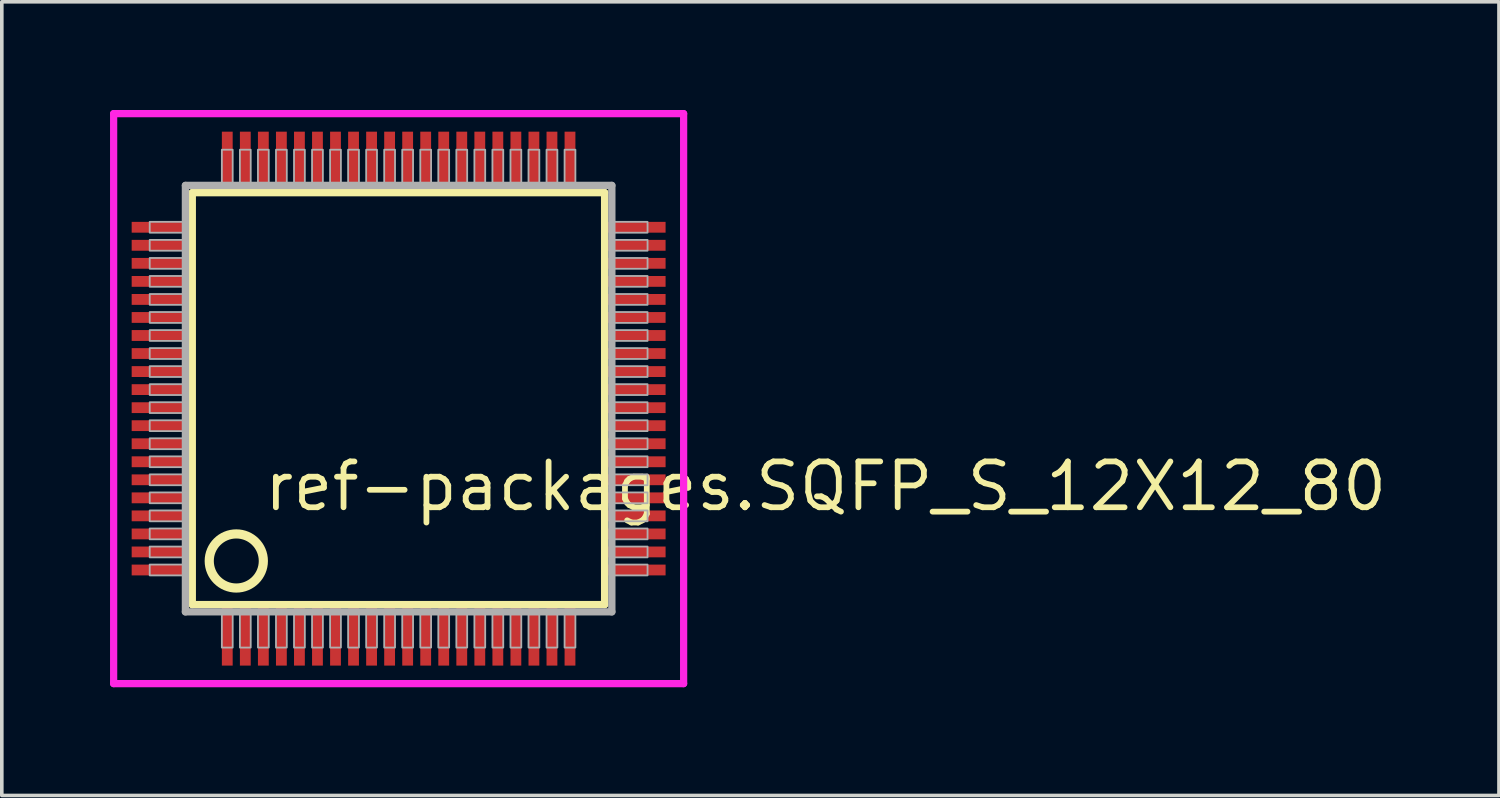
<source format=kicad_pcb>
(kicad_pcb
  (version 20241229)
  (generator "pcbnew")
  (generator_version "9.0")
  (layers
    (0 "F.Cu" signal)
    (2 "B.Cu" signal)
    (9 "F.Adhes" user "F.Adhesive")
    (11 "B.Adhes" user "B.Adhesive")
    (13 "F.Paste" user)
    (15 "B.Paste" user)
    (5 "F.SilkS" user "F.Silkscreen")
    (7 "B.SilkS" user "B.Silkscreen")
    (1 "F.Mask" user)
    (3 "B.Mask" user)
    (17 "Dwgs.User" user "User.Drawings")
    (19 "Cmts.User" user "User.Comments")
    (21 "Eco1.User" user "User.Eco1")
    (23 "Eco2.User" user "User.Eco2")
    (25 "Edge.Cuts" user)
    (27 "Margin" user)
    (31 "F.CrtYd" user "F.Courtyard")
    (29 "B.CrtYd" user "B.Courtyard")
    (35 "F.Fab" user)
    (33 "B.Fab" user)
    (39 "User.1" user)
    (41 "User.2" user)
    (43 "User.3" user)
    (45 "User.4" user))
  (footprint "ref-packages.SQFP_S_12X12_80"
    (layer "F.Cu")
    (at 8 8)
    (property "Reference" "ref-packages.SQFP_S_12X12_80" (at -3.81 3.175 0) (layer "F.SilkS") (effects (font (size 1.27 1.27) (thickness 0.16)) (justify left bottom)))
    (attr smd)
    (fp_line (start -5.72 -5.71) (end 5.71 -5.71) (stroke (width 0.203) (type default)) (layer "F.SilkS"))
    (fp_line (start -5.72 5.71) (end -5.72 -5.71) (stroke (width 0.203) (type default)) (layer "F.SilkS"))
    (fp_line (start 5.71 -5.71) (end 5.71 5.71) (stroke (width 0.203) (type default)) (layer "F.SilkS"))
    (fp_line (start 5.71 5.71) (end -5.72 5.71) (stroke (width 0.203) (type default)) (layer "F.SilkS"))
    (fp_circle (center -4.5 4.5) (end -3.75 4.5) (stroke (width 0.254) (type default)) (fill no) (layer "F.SilkS"))
    (fp_line (start -7.9 -7.9) (end 7.9 -7.9) (stroke (width 0.2) (type default)) (layer "F.CrtYd"))
    (fp_line (start -7.9 7.9) (end -7.9 -7.9) (stroke (width 0.2) (type default)) (layer "F.CrtYd"))
    (fp_line (start 7.9 -7.9) (end 7.9 7.9) (stroke (width 0.2) (type default)) (layer "F.CrtYd"))
    (fp_line (start 7.9 7.9) (end -7.9 7.9) (stroke (width 0.2) (type default)) (layer "F.CrtYd"))
    (fp_line (start -5.91 -5.91) (end -5.91 5.91) (stroke (width 0.203) (type default)) (layer "F.Fab"))
    (fp_line (start -5.91 5.91) (end 5.91 5.91) (stroke (width 0.203) (type default)) (layer "F.Fab"))
    (fp_line (start 5.91 -5.91) (end -5.91 -5.91) (stroke (width 0.203) (type default)) (layer "F.Fab"))
    (fp_line (start 5.91 5.91) (end 5.91 -5.91) (stroke (width 0.203) (type default)) (layer "F.Fab"))
    (fp_rect (start -6.9 -4.6) (end -5.95 -4.9) (stroke (width 0.05) (type default)) (fill no) (layer "F.Fab"))
    (fp_rect (start -6.9 -4.1) (end -5.95 -4.4) (stroke (width 0.05) (type default)) (fill no) (layer "F.Fab"))
    (fp_rect (start -6.9 -3.6) (end -5.95 -3.9) (stroke (width 0.05) (type default)) (fill no) (layer "F.Fab"))
    (fp_rect (start -6.9 -3.1) (end -5.95 -3.4) (stroke (width 0.05) (type default)) (fill no) (layer "F.Fab"))
    (fp_rect (start -6.9 -2.6) (end -5.95 -2.9) (stroke (width 0.05) (type default)) (fill no) (layer "F.Fab"))
    (fp_rect (start -6.9 -2.1) (end -5.95 -2.4) (stroke (width 0.05) (type default)) (fill no) (layer "F.Fab"))
    (fp_rect (start -6.9 -1.6) (end -5.95 -1.9) (stroke (width 0.05) (type default)) (fill no) (layer "F.Fab"))
    (fp_rect (start -6.9 -1.1) (end -5.95 -1.4) (stroke (width 0.05) (type default)) (fill no) (layer "F.Fab"))
    (fp_rect (start -6.9 -0.6) (end -5.95 -0.9) (stroke (width 0.05) (type default)) (fill no) (layer "F.Fab"))
    (fp_rect (start -6.9 -0.1) (end -5.95 -0.4) (stroke (width 0.05) (type default)) (fill no) (layer "F.Fab"))
    (fp_rect (start -6.9 0.4) (end -5.95 0.1) (stroke (width 0.05) (type default)) (fill no) (layer "F.Fab"))
    (fp_rect (start -6.9 0.9) (end -5.95 0.6) (stroke (width 0.05) (type default)) (fill no) (layer "F.Fab"))
    (fp_rect (start -6.9 1.4) (end -5.95 1.1) (stroke (width 0.05) (type default)) (fill no) (layer "F.Fab"))
    (fp_rect (start -6.9 1.9) (end -5.95 1.6) (stroke (width 0.05) (type default)) (fill no) (layer "F.Fab"))
    (fp_rect (start -6.9 2.4) (end -5.95 2.1) (stroke (width 0.05) (type default)) (fill no) (layer "F.Fab"))
    (fp_rect (start -6.9 2.9) (end -5.95 2.6) (stroke (width 0.05) (type default)) (fill no) (layer "F.Fab"))
    (fp_rect (start -6.9 3.4) (end -5.95 3.1) (stroke (width 0.05) (type default)) (fill no) (layer "F.Fab"))
    (fp_rect (start -6.9 3.9) (end -5.95 3.6) (stroke (width 0.05) (type default)) (fill no) (layer "F.Fab"))
    (fp_rect (start -6.9 4.4) (end -5.95 4.1) (stroke (width 0.05) (type default)) (fill no) (layer "F.Fab"))
    (fp_rect (start -6.9 4.9) (end -5.95 4.6) (stroke (width 0.05) (type default)) (fill no) (layer "F.Fab"))
    (fp_rect (start -4.9 -5.95) (end -4.6 -6.9) (stroke (width 0.05) (type default)) (fill no) (layer "F.Fab"))
    (fp_rect (start -4.9 6.9) (end -4.6 5.95) (stroke (width 0.05) (type default)) (fill no) (layer "F.Fab"))
    (fp_rect (start -4.4 -5.95) (end -4.1 -6.9) (stroke (width 0.05) (type default)) (fill no) (layer "F.Fab"))
    (fp_rect (start -4.4 6.9) (end -4.1 5.95) (stroke (width 0.05) (type default)) (fill no) (layer "F.Fab"))
    (fp_rect (start -3.9 -5.95) (end -3.6 -6.9) (stroke (width 0.05) (type default)) (fill no) (layer "F.Fab"))
    (fp_rect (start -3.9 6.9) (end -3.6 5.95) (stroke (width 0.05) (type default)) (fill no) (layer "F.Fab"))
    (fp_rect (start -3.4 -5.95) (end -3.1 -6.9) (stroke (width 0.05) (type default)) (fill no) (layer "F.Fab"))
    (fp_rect (start -3.4 6.9) (end -3.1 5.95) (stroke (width 0.05) (type default)) (fill no) (layer "F.Fab"))
    (fp_rect (start -2.9 -5.95) (end -2.6 -6.9) (stroke (width 0.05) (type default)) (fill no) (layer "F.Fab"))
    (fp_rect (start -2.9 6.9) (end -2.6 5.95) (stroke (width 0.05) (type default)) (fill no) (layer "F.Fab"))
    (fp_rect (start -2.4 -5.95) (end -2.1 -6.9) (stroke (width 0.05) (type default)) (fill no) (layer "F.Fab"))
    (fp_rect (start -2.4 6.9) (end -2.1 5.95) (stroke (width 0.05) (type default)) (fill no) (layer "F.Fab"))
    (fp_rect (start -1.9 -5.95) (end -1.6 -6.9) (stroke (width 0.05) (type default)) (fill no) (layer "F.Fab"))
    (fp_rect (start -1.9 6.9) (end -1.6 5.95) (stroke (width 0.05) (type default)) (fill no) (layer "F.Fab"))
    (fp_rect (start -1.4 -5.95) (end -1.1 -6.9) (stroke (width 0.05) (type default)) (fill no) (layer "F.Fab"))
    (fp_rect (start -1.4 6.9) (end -1.1 5.95) (stroke (width 0.05) (type default)) (fill no) (layer "F.Fab"))
    (fp_rect (start -0.9 -5.95) (end -0.6 -6.9) (stroke (width 0.05) (type default)) (fill no) (layer "F.Fab"))
    (fp_rect (start -0.9 6.9) (end -0.6 5.95) (stroke (width 0.05) (type default)) (fill no) (layer "F.Fab"))
    (fp_rect (start -0.4 -5.95) (end -0.1 -6.9) (stroke (width 0.05) (type default)) (fill no) (layer "F.Fab"))
    (fp_rect (start -0.4 6.9) (end -0.1 5.95) (stroke (width 0.05) (type default)) (fill no) (layer "F.Fab"))
    (fp_rect (start 0.1 -5.95) (end 0.4 -6.9) (stroke (width 0.05) (type default)) (fill no) (layer "F.Fab"))
    (fp_rect (start 0.1 6.9) (end 0.4 5.95) (stroke (width 0.05) (type default)) (fill no) (layer "F.Fab"))
    (fp_rect (start 0.6 -5.95) (end 0.9 -6.9) (stroke (width 0.05) (type default)) (fill no) (layer "F.Fab"))
    (fp_rect (start 0.6 6.9) (end 0.9 5.95) (stroke (width 0.05) (type default)) (fill no) (layer "F.Fab"))
    (fp_rect (start 1.1 -5.95) (end 1.4 -6.9) (stroke (width 0.05) (type default)) (fill no) (layer "F.Fab"))
    (fp_rect (start 1.1 6.9) (end 1.4 5.95) (stroke (width 0.05) (type default)) (fill no) (layer "F.Fab"))
    (fp_rect (start 1.6 -5.95) (end 1.9 -6.9) (stroke (width 0.05) (type default)) (fill no) (layer "F.Fab"))
    (fp_rect (start 1.6 6.9) (end 1.9 5.95) (stroke (width 0.05) (type default)) (fill no) (layer "F.Fab"))
    (fp_rect (start 2.1 -5.95) (end 2.4 -6.9) (stroke (width 0.05) (type default)) (fill no) (layer "F.Fab"))
    (fp_rect (start 2.1 6.9) (end 2.4 5.95) (stroke (width 0.05) (type default)) (fill no) (layer "F.Fab"))
    (fp_rect (start 2.6 -5.95) (end 2.9 -6.9) (stroke (width 0.05) (type default)) (fill no) (layer "F.Fab"))
    (fp_rect (start 2.6 6.9) (end 2.9 5.95) (stroke (width 0.05) (type default)) (fill no) (layer "F.Fab"))
    (fp_rect (start 3.1 -5.95) (end 3.4 -6.9) (stroke (width 0.05) (type default)) (fill no) (layer "F.Fab"))
    (fp_rect (start 3.1 6.9) (end 3.4 5.95) (stroke (width 0.05) (type default)) (fill no) (layer "F.Fab"))
    (fp_rect (start 3.6 -5.95) (end 3.9 -6.9) (stroke (width 0.05) (type default)) (fill no) (layer "F.Fab"))
    (fp_rect (start 3.6 6.9) (end 3.9 5.95) (stroke (width 0.05) (type default)) (fill no) (layer "F.Fab"))
    (fp_rect (start 4.1 -5.95) (end 4.4 -6.9) (stroke (width 0.05) (type default)) (fill no) (layer "F.Fab"))
    (fp_rect (start 4.1 6.9) (end 4.4 5.95) (stroke (width 0.05) (type default)) (fill no) (layer "F.Fab"))
    (fp_rect (start 4.6 -5.95) (end 4.9 -6.9) (stroke (width 0.05) (type default)) (fill no) (layer "F.Fab"))
    (fp_rect (start 4.6 6.9) (end 4.9 5.95) (stroke (width 0.05) (type default)) (fill no) (layer "F.Fab"))
    (fp_rect (start 5.95 -4.6) (end 6.9 -4.9) (stroke (width 0.05) (type default)) (fill no) (layer "F.Fab"))
    (fp_rect (start 5.95 -4.1) (end 6.9 -4.4) (stroke (width 0.05) (type default)) (fill no) (layer "F.Fab"))
    (fp_rect (start 5.95 -3.6) (end 6.9 -3.9) (stroke (width 0.05) (type default)) (fill no) (layer "F.Fab"))
    (fp_rect (start 5.95 -3.1) (end 6.9 -3.4) (stroke (width 0.05) (type default)) (fill no) (layer "F.Fab"))
    (fp_rect (start 5.95 -2.6) (end 6.9 -2.9) (stroke (width 0.05) (type default)) (fill no) (layer "F.Fab"))
    (fp_rect (start 5.95 -2.1) (end 6.9 -2.4) (stroke (width 0.05) (type default)) (fill no) (layer "F.Fab"))
    (fp_rect (start 5.95 -1.6) (end 6.9 -1.9) (stroke (width 0.05) (type default)) (fill no) (layer "F.Fab"))
    (fp_rect (start 5.95 -1.1) (end 6.9 -1.4) (stroke (width 0.05) (type default)) (fill no) (layer "F.Fab"))
    (fp_rect (start 5.95 -0.6) (end 6.9 -0.9) (stroke (width 0.05) (type default)) (fill no) (layer "F.Fab"))
    (fp_rect (start 5.95 -0.1) (end 6.9 -0.4) (stroke (width 0.05) (type default)) (fill no) (layer "F.Fab"))
    (fp_rect (start 5.95 0.4) (end 6.9 0.1) (stroke (width 0.05) (type default)) (fill no) (layer "F.Fab"))
    (fp_rect (start 5.95 0.9) (end 6.9 0.6) (stroke (width 0.05) (type default)) (fill no) (layer "F.Fab"))
    (fp_rect (start 5.95 1.4) (end 6.9 1.1) (stroke (width 0.05) (type default)) (fill no) (layer "F.Fab"))
    (fp_rect (start 5.95 1.9) (end 6.9 1.6) (stroke (width 0.05) (type default)) (fill no) (layer "F.Fab"))
    (fp_rect (start 5.95 2.4) (end 6.9 2.1) (stroke (width 0.05) (type default)) (fill no) (layer "F.Fab"))
    (fp_rect (start 5.95 2.9) (end 6.9 2.6) (stroke (width 0.05) (type default)) (fill no) (layer "F.Fab"))
    (fp_rect (start 5.95 3.4) (end 6.9 3.1) (stroke (width 0.05) (type default)) (fill no) (layer "F.Fab"))
    (fp_rect (start 5.95 3.9) (end 6.9 3.6) (stroke (width 0.05) (type default)) (fill no) (layer "F.Fab"))
    (fp_rect (start 5.95 4.4) (end 6.9 4.1) (stroke (width 0.05) (type default)) (fill no) (layer "F.Fab"))
    (fp_rect (start 5.95 4.9) (end 6.9 4.6) (stroke (width 0.05) (type default)) (fill no) (layer "F.Fab"))
    (pad "1" smd roundrect (at -4.75 6.6) (size 0.3 1.6) (layers "F.Cu" "F.Mask" "F.Paste") (roundrect_rratio 0.01))
    (pad "2" smd roundrect (at -4.25 6.6) (size 0.3 1.6) (layers "F.Cu" "F.Mask" "F.Paste") (roundrect_rratio 0.01))
    (pad "3" smd roundrect (at -3.75 6.6) (size 0.3 1.6) (layers "F.Cu" "F.Mask" "F.Paste") (roundrect_rratio 0.01))
    (pad "4" smd roundrect (at -3.25 6.6) (size 0.3 1.6) (layers "F.Cu" "F.Mask" "F.Paste") (roundrect_rratio 0.01))
    (pad "5" smd roundrect (at -2.75 6.6) (size 0.3 1.6) (layers "F.Cu" "F.Mask" "F.Paste") (roundrect_rratio 0.01))
    (pad "6" smd roundrect (at -2.25 6.6) (size 0.3 1.6) (layers "F.Cu" "F.Mask" "F.Paste") (roundrect_rratio 0.01))
    (pad "7" smd roundrect (at -1.75 6.6) (size 0.3 1.6) (layers "F.Cu" "F.Mask" "F.Paste") (roundrect_rratio 0.01))
    (pad "8" smd roundrect (at -1.25 6.6) (size 0.3 1.6) (layers "F.Cu" "F.Mask" "F.Paste") (roundrect_rratio 0.01))
    (pad "9" smd roundrect (at -0.75 6.6) (size 0.3 1.6) (layers "F.Cu" "F.Mask" "F.Paste") (roundrect_rratio 0.01))
    (pad "10" smd roundrect (at -0.25 6.6) (size 0.3 1.6) (layers "F.Cu" "F.Mask" "F.Paste") (roundrect_rratio 0.01))
    (pad "11" smd roundrect (at 0.25 6.6) (size 0.3 1.6) (layers "F.Cu" "F.Mask" "F.Paste") (roundrect_rratio 0.01))
    (pad "12" smd roundrect (at 0.75 6.6) (size 0.3 1.6) (layers "F.Cu" "F.Mask" "F.Paste") (roundrect_rratio 0.01))
    (pad "13" smd roundrect (at 1.25 6.6) (size 0.3 1.6) (layers "F.Cu" "F.Mask" "F.Paste") (roundrect_rratio 0.01))
    (pad "14" smd roundrect (at 1.75 6.6) (size 0.3 1.6) (layers "F.Cu" "F.Mask" "F.Paste") (roundrect_rratio 0.01))
    (pad "15" smd roundrect (at 2.25 6.6) (size 0.3 1.6) (layers "F.Cu" "F.Mask" "F.Paste") (roundrect_rratio 0.01))
    (pad "16" smd roundrect (at 2.75 6.6) (size 0.3 1.6) (layers "F.Cu" "F.Mask" "F.Paste") (roundrect_rratio 0.01))
    (pad "17" smd roundrect (at 3.25 6.6) (size 0.3 1.6) (layers "F.Cu" "F.Mask" "F.Paste") (roundrect_rratio 0.01))
    (pad "18" smd roundrect (at 3.75 6.6) (size 0.3 1.6) (layers "F.Cu" "F.Mask" "F.Paste") (roundrect_rratio 0.01))
    (pad "19" smd roundrect (at 4.25 6.6) (size 0.3 1.6) (layers "F.Cu" "F.Mask" "F.Paste") (roundrect_rratio 0.01))
    (pad "20" smd roundrect (at 4.75 6.6) (size 0.3 1.6) (layers "F.Cu" "F.Mask" "F.Paste") (roundrect_rratio 0.01))
    (pad "21" smd roundrect (at 6.6 4.75) (size 1.6 0.3) (layers "F.Cu" "F.Mask" "F.Paste") (roundrect_rratio 0.01))
    (pad "22" smd roundrect (at 6.6 4.25) (size 1.6 0.3) (layers "F.Cu" "F.Mask" "F.Paste") (roundrect_rratio 0.01))
    (pad "23" smd roundrect (at 6.6 3.75) (size 1.6 0.3) (layers "F.Cu" "F.Mask" "F.Paste") (roundrect_rratio 0.01))
    (pad "24" smd roundrect (at 6.6 3.25) (size 1.6 0.3) (layers "F.Cu" "F.Mask" "F.Paste") (roundrect_rratio 0.01))
    (pad "25" smd roundrect (at 6.6 2.75) (size 1.6 0.3) (layers "F.Cu" "F.Mask" "F.Paste") (roundrect_rratio 0.01))
    (pad "26" smd roundrect (at 6.6 2.25) (size 1.6 0.3) (layers "F.Cu" "F.Mask" "F.Paste") (roundrect_rratio 0.01))
    (pad "27" smd roundrect (at 6.6 1.75) (size 1.6 0.3) (layers "F.Cu" "F.Mask" "F.Paste") (roundrect_rratio 0.01))
    (pad "28" smd roundrect (at 6.6 1.25) (size 1.6 0.3) (layers "F.Cu" "F.Mask" "F.Paste") (roundrect_rratio 0.01))
    (pad "29" smd roundrect (at 6.6 0.75) (size 1.6 0.3) (layers "F.Cu" "F.Mask" "F.Paste") (roundrect_rratio 0.01))
    (pad "30" smd roundrect (at 6.6 0.25) (size 1.6 0.3) (layers "F.Cu" "F.Mask" "F.Paste") (roundrect_rratio 0.01))
    (pad "31" smd roundrect (at 6.6 -0.25) (size 1.6 0.3) (layers "F.Cu" "F.Mask" "F.Paste") (roundrect_rratio 0.01))
    (pad "32" smd roundrect (at 6.6 -0.75) (size 1.6 0.3) (layers "F.Cu" "F.Mask" "F.Paste") (roundrect_rratio 0.01))
    (pad "33" smd roundrect (at 6.6 -1.25) (size 1.6 0.3) (layers "F.Cu" "F.Mask" "F.Paste") (roundrect_rratio 0.01))
    (pad "34" smd roundrect (at 6.6 -1.75) (size 1.6 0.3) (layers "F.Cu" "F.Mask" "F.Paste") (roundrect_rratio 0.01))
    (pad "35" smd roundrect (at 6.6 -2.25) (size 1.6 0.3) (layers "F.Cu" "F.Mask" "F.Paste") (roundrect_rratio 0.01))
    (pad "36" smd roundrect (at 6.6 -2.75) (size 1.6 0.3) (layers "F.Cu" "F.Mask" "F.Paste") (roundrect_rratio 0.01))
    (pad "37" smd roundrect (at 6.6 -3.25) (size 1.6 0.3) (layers "F.Cu" "F.Mask" "F.Paste") (roundrect_rratio 0.01))
    (pad "38" smd roundrect (at 6.6 -3.75) (size 1.6 0.3) (layers "F.Cu" "F.Mask" "F.Paste") (roundrect_rratio 0.01))
    (pad "39" smd roundrect (at 6.6 -4.25) (size 1.6 0.3) (layers "F.Cu" "F.Mask" "F.Paste") (roundrect_rratio 0.01))
    (pad "40" smd roundrect (at 6.6 -4.75) (size 1.6 0.3) (layers "F.Cu" "F.Mask" "F.Paste") (roundrect_rratio 0.01))
    (pad "41" smd roundrect (at 4.75 -6.6) (size 0.3 1.6) (layers "F.Cu" "F.Mask" "F.Paste") (roundrect_rratio 0.01))
    (pad "42" smd roundrect (at 4.25 -6.6) (size 0.3 1.6) (layers "F.Cu" "F.Mask" "F.Paste") (roundrect_rratio 0.01))
    (pad "43" smd roundrect (at 3.75 -6.6) (size 0.3 1.6) (layers "F.Cu" "F.Mask" "F.Paste") (roundrect_rratio 0.01))
    (pad "44" smd roundrect (at 3.25 -6.6) (size 0.3 1.6) (layers "F.Cu" "F.Mask" "F.Paste") (roundrect_rratio 0.01))
    (pad "45" smd roundrect (at 2.75 -6.6) (size 0.3 1.6) (layers "F.Cu" "F.Mask" "F.Paste") (roundrect_rratio 0.01))
    (pad "46" smd roundrect (at 2.25 -6.6) (size 0.3 1.6) (layers "F.Cu" "F.Mask" "F.Paste") (roundrect_rratio 0.01))
    (pad "47" smd roundrect (at 1.75 -6.6) (size 0.3 1.6) (layers "F.Cu" "F.Mask" "F.Paste") (roundrect_rratio 0.01))
    (pad "48" smd roundrect (at 1.25 -6.6) (size 0.3 1.6) (layers "F.Cu" "F.Mask" "F.Paste") (roundrect_rratio 0.01))
    (pad "49" smd roundrect (at 0.75 -6.6) (size 0.3 1.6) (layers "F.Cu" "F.Mask" "F.Paste") (roundrect_rratio 0.01))
    (pad "50" smd roundrect (at 0.25 -6.6) (size 0.3 1.6) (layers "F.Cu" "F.Mask" "F.Paste") (roundrect_rratio 0.01))
    (pad "51" smd roundrect (at -0.25 -6.6) (size 0.3 1.6) (layers "F.Cu" "F.Mask" "F.Paste") (roundrect_rratio 0.01))
    (pad "52" smd roundrect (at -0.75 -6.6) (size 0.3 1.6) (layers "F.Cu" "F.Mask" "F.Paste") (roundrect_rratio 0.01))
    (pad "53" smd roundrect (at -1.25 -6.6) (size 0.3 1.6) (layers "F.Cu" "F.Mask" "F.Paste") (roundrect_rratio 0.01))
    (pad "54" smd roundrect (at -1.75 -6.6) (size 0.3 1.6) (layers "F.Cu" "F.Mask" "F.Paste") (roundrect_rratio 0.01))
    (pad "55" smd roundrect (at -2.25 -6.6) (size 0.3 1.6) (layers "F.Cu" "F.Mask" "F.Paste") (roundrect_rratio 0.01))
    (pad "56" smd roundrect (at -2.75 -6.6) (size 0.3 1.6) (layers "F.Cu" "F.Mask" "F.Paste") (roundrect_rratio 0.01))
    (pad "57" smd roundrect (at -3.25 -6.6) (size 0.3 1.6) (layers "F.Cu" "F.Mask" "F.Paste") (roundrect_rratio 0.01))
    (pad "58" smd roundrect (at -3.75 -6.6) (size 0.3 1.6) (layers "F.Cu" "F.Mask" "F.Paste") (roundrect_rratio 0.01))
    (pad "59" smd roundrect (at -4.25 -6.6) (size 0.3 1.6) (layers "F.Cu" "F.Mask" "F.Paste") (roundrect_rratio 0.01))
    (pad "60" smd roundrect (at -4.75 -6.6) (size 0.3 1.6) (layers "F.Cu" "F.Mask" "F.Paste") (roundrect_rratio 0.01))
    (pad "61" smd roundrect (at -6.6 -4.75) (size 1.6 0.3) (layers "F.Cu" "F.Mask" "F.Paste") (roundrect_rratio 0.01))
    (pad "62" smd roundrect (at -6.6 -4.25) (size 1.6 0.3) (layers "F.Cu" "F.Mask" "F.Paste") (roundrect_rratio 0.01))
    (pad "63" smd roundrect (at -6.6 -3.75) (size 1.6 0.3) (layers "F.Cu" "F.Mask" "F.Paste") (roundrect_rratio 0.01))
    (pad "64" smd roundrect (at -6.6 -3.25) (size 1.6 0.3) (layers "F.Cu" "F.Mask" "F.Paste") (roundrect_rratio 0.01))
    (pad "65" smd roundrect (at -6.6 -2.75) (size 1.6 0.3) (layers "F.Cu" "F.Mask" "F.Paste") (roundrect_rratio 0.01))
    (pad "66" smd roundrect (at -6.6 -2.25) (size 1.6 0.3) (layers "F.Cu" "F.Mask" "F.Paste") (roundrect_rratio 0.01))
    (pad "67" smd roundrect (at -6.6 -1.75) (size 1.6 0.3) (layers "F.Cu" "F.Mask" "F.Paste") (roundrect_rratio 0.01))
    (pad "68" smd roundrect (at -6.6 -1.25) (size 1.6 0.3) (layers "F.Cu" "F.Mask" "F.Paste") (roundrect_rratio 0.01))
    (pad "69" smd roundrect (at -6.6 -0.75) (size 1.6 0.3) (layers "F.Cu" "F.Mask" "F.Paste") (roundrect_rratio 0.01))
    (pad "70" smd roundrect (at -6.6 -0.25) (size 1.6 0.3) (layers "F.Cu" "F.Mask" "F.Paste") (roundrect_rratio 0.01))
    (pad "71" smd roundrect (at -6.6 0.25) (size 1.6 0.3) (layers "F.Cu" "F.Mask" "F.Paste") (roundrect_rratio 0.01))
    (pad "72" smd roundrect (at -6.6 0.75) (size 1.6 0.3) (layers "F.Cu" "F.Mask" "F.Paste") (roundrect_rratio 0.01))
    (pad "73" smd roundrect (at -6.6 1.25) (size 1.6 0.3) (layers "F.Cu" "F.Mask" "F.Paste") (roundrect_rratio 0.01))
    (pad "74" smd roundrect (at -6.6 1.75) (size 1.6 0.3) (layers "F.Cu" "F.Mask" "F.Paste") (roundrect_rratio 0.01))
    (pad "75" smd roundrect (at -6.6 2.25) (size 1.6 0.3) (layers "F.Cu" "F.Mask" "F.Paste") (roundrect_rratio 0.01))
    (pad "76" smd roundrect (at -6.6 2.75) (size 1.6 0.3) (layers "F.Cu" "F.Mask" "F.Paste") (roundrect_rratio 0.01))
    (pad "77" smd roundrect (at -6.6 3.25) (size 1.6 0.3) (layers "F.Cu" "F.Mask" "F.Paste") (roundrect_rratio 0.01))
    (pad "78" smd roundrect (at -6.6 3.75) (size 1.6 0.3) (layers "F.Cu" "F.Mask" "F.Paste") (roundrect_rratio 0.01))
    (pad "79" smd roundrect (at -6.6 4.25) (size 1.6 0.3) (layers "F.Cu" "F.Mask" "F.Paste") (roundrect_rratio 0.01))
    (pad "80" smd roundrect (at -6.6 4.75) (size 1.6 0.3) (layers "F.Cu" "F.Mask" "F.Paste") (roundrect_rratio 0.01)))
  (gr_rect
    (start -3 -3)
    (end 38.501 19)
    (stroke (width 0.1) (type default))
    (fill no)
    (layer "Edge.Cuts")))
</source>
